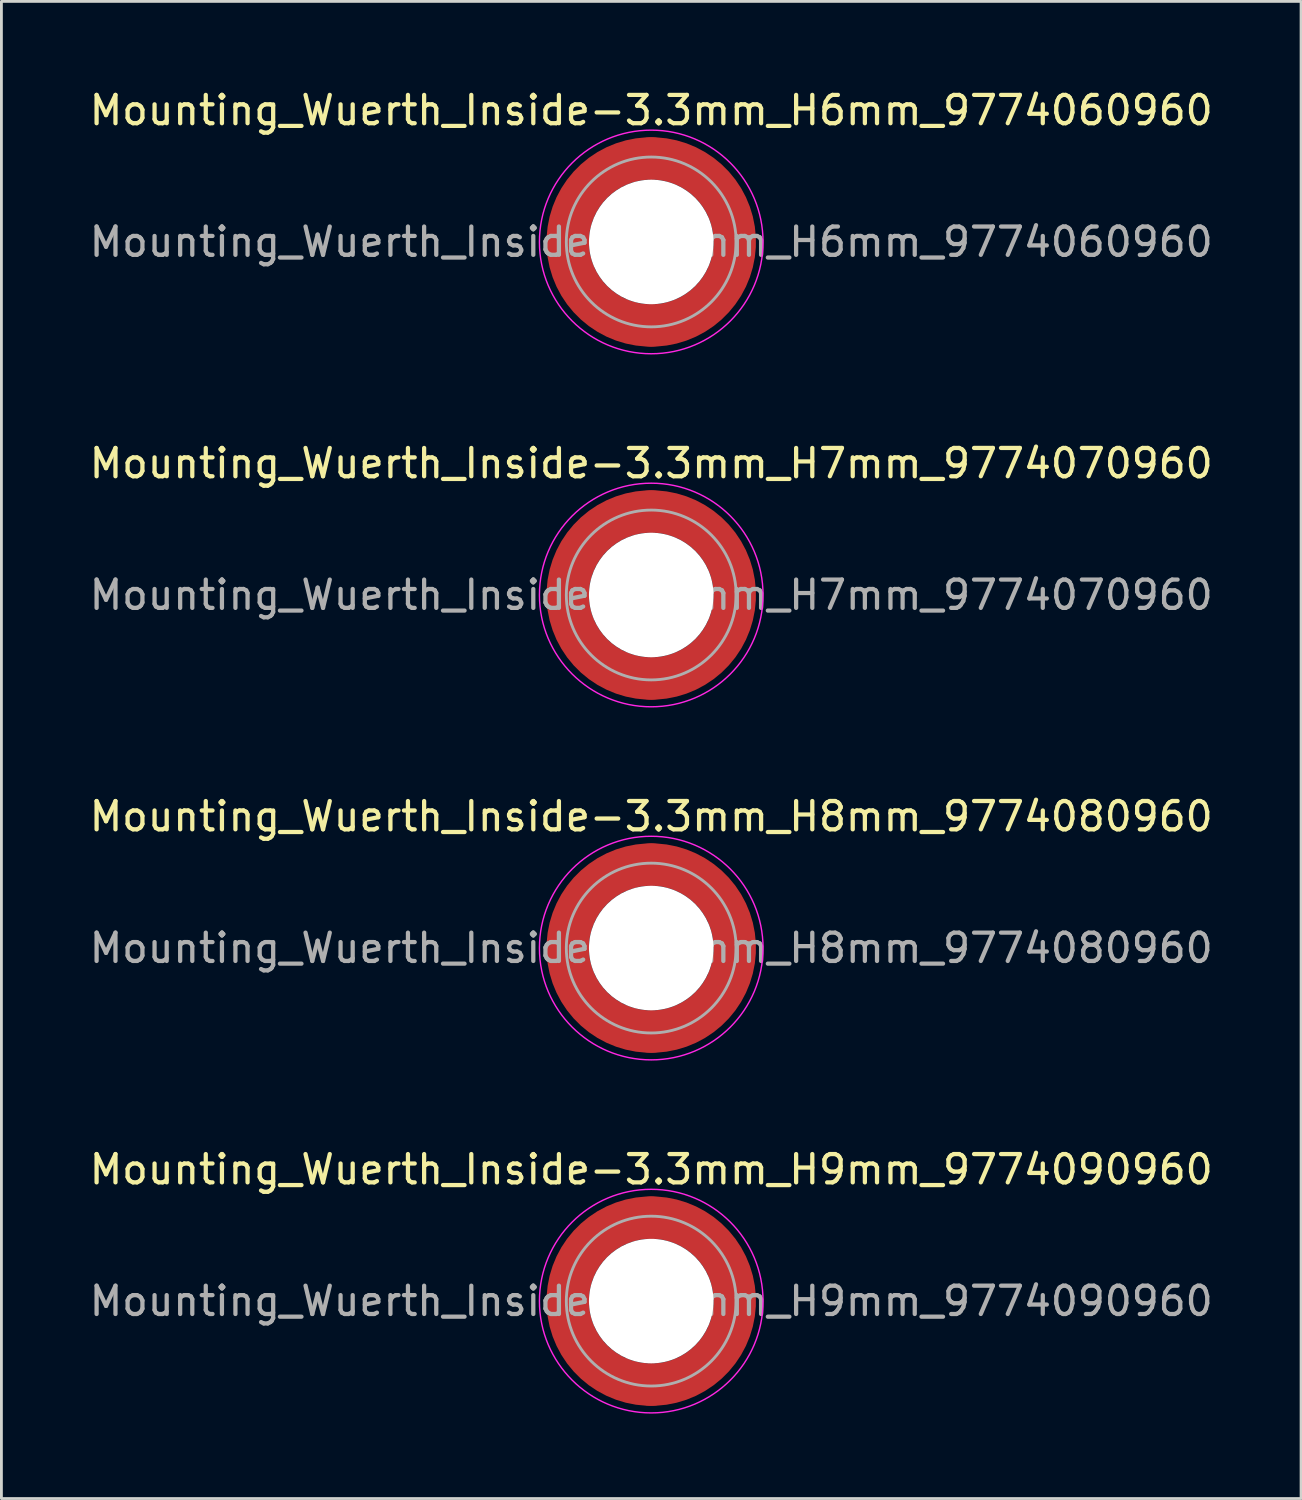
<source format=kicad_pcb>
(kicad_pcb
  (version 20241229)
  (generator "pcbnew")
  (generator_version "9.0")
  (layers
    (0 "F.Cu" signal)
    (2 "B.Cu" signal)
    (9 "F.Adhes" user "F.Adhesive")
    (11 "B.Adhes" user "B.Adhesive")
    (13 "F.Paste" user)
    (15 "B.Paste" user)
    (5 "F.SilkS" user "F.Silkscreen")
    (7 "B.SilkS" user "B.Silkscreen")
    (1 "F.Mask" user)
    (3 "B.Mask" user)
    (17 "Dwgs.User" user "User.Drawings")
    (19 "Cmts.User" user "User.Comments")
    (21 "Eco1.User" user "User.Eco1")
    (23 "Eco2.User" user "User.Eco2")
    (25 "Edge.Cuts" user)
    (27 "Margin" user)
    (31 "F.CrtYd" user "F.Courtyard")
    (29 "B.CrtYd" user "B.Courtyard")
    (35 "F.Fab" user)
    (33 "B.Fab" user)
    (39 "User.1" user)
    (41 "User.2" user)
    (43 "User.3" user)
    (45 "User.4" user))
  (footprint "Mounting_Wuerth_Inside-3.3mm_H7mm_9774070960"
    (layer "F.Cu")
    (at 19.958 17.971)
    (property "Reference" "Mounting_Wuerth_Inside-3.3mm_H7mm_9774070960" (at 0 -4.65 0) (layer "F.SilkS") (effects (font (size 1 1) (thickness 0.15))))
    (attr smd)
    (fp_circle (center 0 0) (end 3.95 0) (stroke (width 0.05) (type solid)) (fill no) (layer "F.CrtYd"))
    (fp_circle (center 0 0) (end 3 0) (stroke (width 0.1) (type solid)) (fill no) (layer "F.Fab"))
    (fp_text user "${REFERENCE}" (at 0 0 0) (layer "F.Fab") (effects (font (size 1 1) (thickness 0.15))))
    (pad "" smd custom (at -2.058 -2.058) (size 1.1 1.1) (layers "F.Paste") (options (anchor circle)) (primitives (gr_arc (start -0.524489 1.532681) (mid 0.194454 0.194454) (end 1.532681 -0.524489) (width 0.55)) (gr_arc (start -0.804569 1.532681) (mid 0 0) (end 1.532681 -0.804569) (width 0.55)) (gr_arc (start -1.083752 1.532681) (mid -0.194454 -0.194454) (end 1.532681 -1.083752) (width 0.55)) (gr_line (start 1.533 -0.524) (end 1.533 -1.084) (width 0.55)) (gr_line (start -0.524 1.533) (end -1.084 1.533) (width 0.55))))
    (pad "" smd custom (at -2.058 2.058) (size 1.1 1.1) (layers "F.Paste") (options (anchor circle)) (primitives (gr_arc (start 1.532681 0.524489) (mid 0.194454 -0.194454) (end -0.524489 -1.532681) (width 0.55)) (gr_arc (start 1.532681 0.804569) (mid 0 0) (end -0.804569 -1.532681) (width 0.55)) (gr_arc (start 1.532681 1.083752) (mid -0.194454 0.194454) (end -1.083752 -1.532681) (width 0.55)) (gr_line (start -0.524 -1.533) (end -1.084 -1.533) (width 0.55)) (gr_line (start 1.533 0.524) (end 1.533 1.084) (width 0.55))))
    (pad "" np_thru_hole circle (at 0 0) (size 4.4 4.4) (drill 4.4) (layers "*.Cu" "*.Mask"))
    (pad "" smd custom (at 2.058 -2.058) (size 1.1 1.1) (layers "F.Paste") (options (anchor circle)) (primitives (gr_arc (start -1.532681 -0.524489) (mid -0.194454 0.194454) (end 0.524489 1.532681) (width 0.55)) (gr_arc (start -1.532681 -0.804569) (mid 0 0) (end 0.804569 1.532681) (width 0.55)) (gr_arc (start -1.532681 -1.083752) (mid 0.194454 -0.194454) (end 1.083752 1.532681) (width 0.55)) (gr_line (start 0.524 1.533) (end 1.084 1.533) (width 0.55)) (gr_line (start -1.533 -0.524) (end -1.533 -1.084) (width 0.55))))
    (pad "" smd custom (at 2.058 2.058) (size 1.1 1.1) (layers "F.Paste") (options (anchor circle)) (primitives (gr_arc (start 0.524489 -1.532681) (mid -0.194454 -0.194454) (end -1.532681 0.524489) (width 0.55)) (gr_arc (start 0.804569 -1.532681) (mid 0 0) (end -1.532681 0.804569) (width 0.55)) (gr_arc (start 1.083752 -1.532681) (mid 0.194454 0.194454) (end -1.532681 1.083752) (width 0.55)) (gr_line (start -1.533 0.524) (end -1.533 1.084) (width 0.55)) (gr_line (start 0.524 -1.533) (end 1.084 -1.533) (width 0.55))))
    (pad "1" smd circle (at -2.95 0) (size 1.5 1.5) (layers "F.Cu"))
    (pad "1" smd circle (at 0 -2.95) (size 1.5 1.5) (layers "F.Cu"))
    (pad "1" smd circle (at 0 2.95) (size 1.5 1.5) (layers "F.Cu"))
    (pad "1" smd custom (at 2.95 0) (size 1.5 1.5) (layers "F.Cu" "F.Mask") (options (anchor circle)) (primitives (gr_circle (center -2.95 0) (end 0 0) (width 1.5) (fill no)))))
  (footprint "Mounting_Wuerth_Inside-3.3mm_H9mm_9774090960"
    (layer "F.Cu")
    (at 19.958 42.918)
    (property "Reference" "Mounting_Wuerth_Inside-3.3mm_H9mm_9774090960" (at 0 -4.65 0) (layer "F.SilkS") (effects (font (size 1 1) (thickness 0.15))))
    (attr smd)
    (fp_circle (center 0 0) (end 3.95 0) (stroke (width 0.05) (type solid)) (fill no) (layer "F.CrtYd"))
    (fp_circle (center 0 0) (end 3 0) (stroke (width 0.1) (type solid)) (fill no) (layer "F.Fab"))
    (fp_text user "${REFERENCE}" (at 0 0 0) (layer "F.Fab") (effects (font (size 1 1) (thickness 0.15))))
    (pad "" smd custom (at -2.058 -2.058) (size 1.1 1.1) (layers "F.Paste") (options (anchor circle)) (primitives (gr_arc (start -0.524489 1.532681) (mid 0.194454 0.194454) (end 1.532681 -0.524489) (width 0.55)) (gr_arc (start -0.804569 1.532681) (mid 0 0) (end 1.532681 -0.804569) (width 0.55)) (gr_arc (start -1.083752 1.532681) (mid -0.194454 -0.194454) (end 1.532681 -1.083752) (width 0.55)) (gr_line (start 1.533 -0.524) (end 1.533 -1.084) (width 0.55)) (gr_line (start -0.524 1.533) (end -1.084 1.533) (width 0.55))))
    (pad "" smd custom (at -2.058 2.058) (size 1.1 1.1) (layers "F.Paste") (options (anchor circle)) (primitives (gr_arc (start 1.532681 0.524489) (mid 0.194454 -0.194454) (end -0.524489 -1.532681) (width 0.55)) (gr_arc (start 1.532681 0.804569) (mid 0 0) (end -0.804569 -1.532681) (width 0.55)) (gr_arc (start 1.532681 1.083752) (mid -0.194454 0.194454) (end -1.083752 -1.532681) (width 0.55)) (gr_line (start -0.524 -1.533) (end -1.084 -1.533) (width 0.55)) (gr_line (start 1.533 0.524) (end 1.533 1.084) (width 0.55))))
    (pad "" np_thru_hole circle (at 0 0) (size 4.4 4.4) (drill 4.4) (layers "*.Cu" "*.Mask"))
    (pad "" smd custom (at 2.058 -2.058) (size 1.1 1.1) (layers "F.Paste") (options (anchor circle)) (primitives (gr_arc (start -1.532681 -0.524489) (mid -0.194454 0.194454) (end 0.524489 1.532681) (width 0.55)) (gr_arc (start -1.532681 -0.804569) (mid 0 0) (end 0.804569 1.532681) (width 0.55)) (gr_arc (start -1.532681 -1.083752) (mid 0.194454 -0.194454) (end 1.083752 1.532681) (width 0.55)) (gr_line (start 0.524 1.533) (end 1.084 1.533) (width 0.55)) (gr_line (start -1.533 -0.524) (end -1.533 -1.084) (width 0.55))))
    (pad "" smd custom (at 2.058 2.058) (size 1.1 1.1) (layers "F.Paste") (options (anchor circle)) (primitives (gr_arc (start 0.524489 -1.532681) (mid -0.194454 -0.194454) (end -1.532681 0.524489) (width 0.55)) (gr_arc (start 0.804569 -1.532681) (mid 0 0) (end -1.532681 0.804569) (width 0.55)) (gr_arc (start 1.083752 -1.532681) (mid 0.194454 0.194454) (end -1.532681 1.083752) (width 0.55)) (gr_line (start -1.533 0.524) (end -1.533 1.084) (width 0.55)) (gr_line (start 0.524 -1.533) (end 1.084 -1.533) (width 0.55))))
    (pad "1" smd circle (at -2.95 0) (size 1.5 1.5) (layers "F.Cu"))
    (pad "1" smd circle (at 0 -2.95) (size 1.5 1.5) (layers "F.Cu"))
    (pad "1" smd circle (at 0 2.95) (size 1.5 1.5) (layers "F.Cu"))
    (pad "1" smd custom (at 2.95 0) (size 1.5 1.5) (layers "F.Cu" "F.Mask") (options (anchor circle)) (primitives (gr_circle (center -2.95 0) (end 0 0) (width 1.5) (fill no)))))
  (footprint "Mounting_Wuerth_Inside-3.3mm_H6mm_9774060960"
    (layer "F.Cu")
    (at 19.958 5.498)
    (property "Reference" "Mounting_Wuerth_Inside-3.3mm_H6mm_9774060960" (at 0 -4.65 0) (layer "F.SilkS") (effects (font (size 1 1) (thickness 0.15))))
    (attr smd)
    (fp_circle (center 0 0) (end 3.95 0) (stroke (width 0.05) (type solid)) (fill no) (layer "F.CrtYd"))
    (fp_circle (center 0 0) (end 3 0) (stroke (width 0.1) (type solid)) (fill no) (layer "F.Fab"))
    (fp_text user "${REFERENCE}" (at 0 0 0) (layer "F.Fab") (effects (font (size 1 1) (thickness 0.15))))
    (pad "" smd custom (at -2.058 -2.058) (size 1.1 1.1) (layers "F.Paste") (options (anchor circle)) (primitives (gr_arc (start -0.524489 1.532681) (mid 0.194454 0.194454) (end 1.532681 -0.524489) (width 0.55)) (gr_arc (start -0.804569 1.532681) (mid 0 0) (end 1.532681 -0.804569) (width 0.55)) (gr_arc (start -1.083752 1.532681) (mid -0.194454 -0.194454) (end 1.532681 -1.083752) (width 0.55)) (gr_line (start 1.533 -0.524) (end 1.533 -1.084) (width 0.55)) (gr_line (start -0.524 1.533) (end -1.084 1.533) (width 0.55))))
    (pad "" smd custom (at -2.058 2.058) (size 1.1 1.1) (layers "F.Paste") (options (anchor circle)) (primitives (gr_arc (start 1.532681 0.524489) (mid 0.194454 -0.194454) (end -0.524489 -1.532681) (width 0.55)) (gr_arc (start 1.532681 0.804569) (mid 0 0) (end -0.804569 -1.532681) (width 0.55)) (gr_arc (start 1.532681 1.083752) (mid -0.194454 0.194454) (end -1.083752 -1.532681) (width 0.55)) (gr_line (start -0.524 -1.533) (end -1.084 -1.533) (width 0.55)) (gr_line (start 1.533 0.524) (end 1.533 1.084) (width 0.55))))
    (pad "" np_thru_hole circle (at 0 0) (size 4.4 4.4) (drill 4.4) (layers "*.Cu" "*.Mask"))
    (pad "" smd custom (at 2.058 -2.058) (size 1.1 1.1) (layers "F.Paste") (options (anchor circle)) (primitives (gr_arc (start -1.532681 -0.524489) (mid -0.194454 0.194454) (end 0.524489 1.532681) (width 0.55)) (gr_arc (start -1.532681 -0.804569) (mid 0 0) (end 0.804569 1.532681) (width 0.55)) (gr_arc (start -1.532681 -1.083752) (mid 0.194454 -0.194454) (end 1.083752 1.532681) (width 0.55)) (gr_line (start 0.524 1.533) (end 1.084 1.533) (width 0.55)) (gr_line (start -1.533 -0.524) (end -1.533 -1.084) (width 0.55))))
    (pad "" smd custom (at 2.058 2.058) (size 1.1 1.1) (layers "F.Paste") (options (anchor circle)) (primitives (gr_arc (start 0.524489 -1.532681) (mid -0.194454 -0.194454) (end -1.532681 0.524489) (width 0.55)) (gr_arc (start 0.804569 -1.532681) (mid 0 0) (end -1.532681 0.804569) (width 0.55)) (gr_arc (start 1.083752 -1.532681) (mid 0.194454 0.194454) (end -1.532681 1.083752) (width 0.55)) (gr_line (start -1.533 0.524) (end -1.533 1.084) (width 0.55)) (gr_line (start 0.524 -1.533) (end 1.084 -1.533) (width 0.55))))
    (pad "1" smd circle (at -2.95 0) (size 1.5 1.5) (layers "F.Cu"))
    (pad "1" smd circle (at 0 -2.95) (size 1.5 1.5) (layers "F.Cu"))
    (pad "1" smd circle (at 0 2.95) (size 1.5 1.5) (layers "F.Cu"))
    (pad "1" smd custom (at 2.95 0) (size 1.5 1.5) (layers "F.Cu" "F.Mask") (options (anchor circle)) (primitives (gr_circle (center -2.95 0) (end 0 0) (width 1.5) (fill no)))))
  (footprint "Mounting_Wuerth_Inside-3.3mm_H8mm_9774080960"
    (layer "F.Cu")
    (at 19.958 30.445)
    (property "Reference" "Mounting_Wuerth_Inside-3.3mm_H8mm_9774080960" (at 0 -4.65 0) (layer "F.SilkS") (effects (font (size 1 1) (thickness 0.15))))
    (attr smd)
    (fp_circle (center 0 0) (end 3.95 0) (stroke (width 0.05) (type solid)) (fill no) (layer "F.CrtYd"))
    (fp_circle (center 0 0) (end 3 0) (stroke (width 0.1) (type solid)) (fill no) (layer "F.Fab"))
    (fp_text user "${REFERENCE}" (at 0 0 0) (layer "F.Fab") (effects (font (size 1 1) (thickness 0.15))))
    (pad "" smd custom (at -2.058 -2.058) (size 1.1 1.1) (layers "F.Paste") (options (anchor circle)) (primitives (gr_arc (start -0.524489 1.532681) (mid 0.194454 0.194454) (end 1.532681 -0.524489) (width 0.55)) (gr_arc (start -0.804569 1.532681) (mid 0 0) (end 1.532681 -0.804569) (width 0.55)) (gr_arc (start -1.083752 1.532681) (mid -0.194454 -0.194454) (end 1.532681 -1.083752) (width 0.55)) (gr_line (start 1.533 -0.524) (end 1.533 -1.084) (width 0.55)) (gr_line (start -0.524 1.533) (end -1.084 1.533) (width 0.55))))
    (pad "" smd custom (at -2.058 2.058) (size 1.1 1.1) (layers "F.Paste") (options (anchor circle)) (primitives (gr_arc (start 1.532681 0.524489) (mid 0.194454 -0.194454) (end -0.524489 -1.532681) (width 0.55)) (gr_arc (start 1.532681 0.804569) (mid 0 0) (end -0.804569 -1.532681) (width 0.55)) (gr_arc (start 1.532681 1.083752) (mid -0.194454 0.194454) (end -1.083752 -1.532681) (width 0.55)) (gr_line (start -0.524 -1.533) (end -1.084 -1.533) (width 0.55)) (gr_line (start 1.533 0.524) (end 1.533 1.084) (width 0.55))))
    (pad "" np_thru_hole circle (at 0 0) (size 4.4 4.4) (drill 4.4) (layers "*.Cu" "*.Mask"))
    (pad "" smd custom (at 2.058 -2.058) (size 1.1 1.1) (layers "F.Paste") (options (anchor circle)) (primitives (gr_arc (start -1.532681 -0.524489) (mid -0.194454 0.194454) (end 0.524489 1.532681) (width 0.55)) (gr_arc (start -1.532681 -0.804569) (mid 0 0) (end 0.804569 1.532681) (width 0.55)) (gr_arc (start -1.532681 -1.083752) (mid 0.194454 -0.194454) (end 1.083752 1.532681) (width 0.55)) (gr_line (start 0.524 1.533) (end 1.084 1.533) (width 0.55)) (gr_line (start -1.533 -0.524) (end -1.533 -1.084) (width 0.55))))
    (pad "" smd custom (at 2.058 2.058) (size 1.1 1.1) (layers "F.Paste") (options (anchor circle)) (primitives (gr_arc (start 0.524489 -1.532681) (mid -0.194454 -0.194454) (end -1.532681 0.524489) (width 0.55)) (gr_arc (start 0.804569 -1.532681) (mid 0 0) (end -1.532681 0.804569) (width 0.55)) (gr_arc (start 1.083752 -1.532681) (mid 0.194454 0.194454) (end -1.532681 1.083752) (width 0.55)) (gr_line (start -1.533 0.524) (end -1.533 1.084) (width 0.55)) (gr_line (start 0.524 -1.533) (end 1.084 -1.533) (width 0.55))))
    (pad "1" smd circle (at -2.95 0) (size 1.5 1.5) (layers "F.Cu"))
    (pad "1" smd circle (at 0 -2.95) (size 1.5 1.5) (layers "F.Cu"))
    (pad "1" smd circle (at 0 2.95) (size 1.5 1.5) (layers "F.Cu"))
    (pad "1" smd custom (at 2.95 0) (size 1.5 1.5) (layers "F.Cu" "F.Mask") (options (anchor circle)) (primitives (gr_circle (center -2.95 0) (end 0 0) (width 1.5) (fill no)))))
  (gr_rect
    (start -3 -3)
    (end 42.917 49.893)
    (stroke (width 0.1) (type default))
    (fill no)
    (layer "Edge.Cuts")))
</source>
